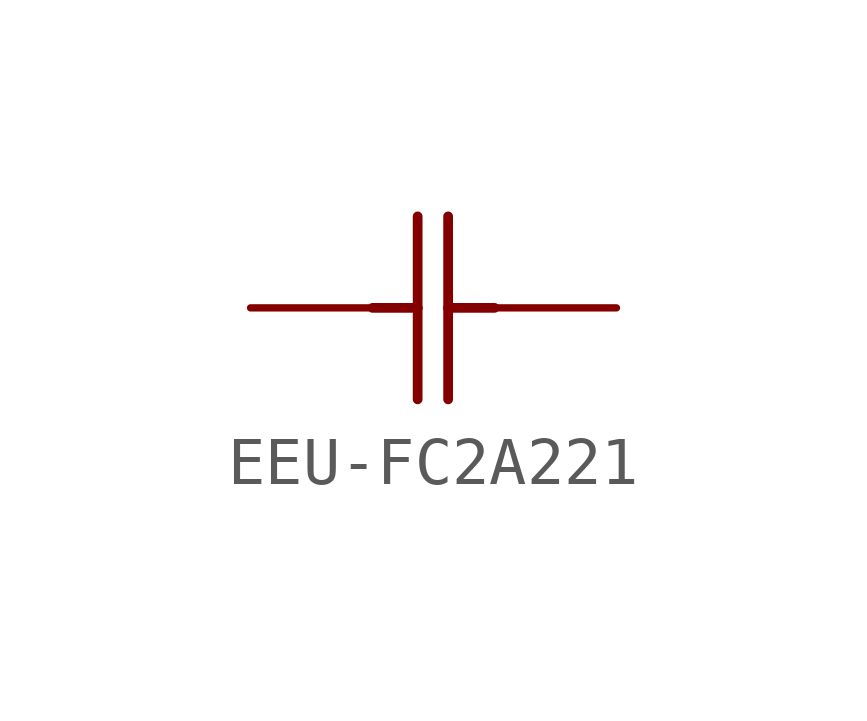
<source format=kicad_sym>
(kicad_symbol_lib
  (version 20220914)
  (generator kicad_symbol_editor)
  (symbol "EEU-FC2A221"
    (property "Reference" "C"
      (at -4.089 2.083 0)
      (effects (font (size 3.48 2.958)) (justify left bottom) hide))
    (property "ki_locked" ""
      (at 0 0 0)
      (effects (font (size 1.27 1.27))))
    (symbol "EEU-FC2A221_1_0"
      (polyline (pts (xy 2.54 0) (xy 3.48 0)) (stroke (width 0.203) (type solid)) (fill (type none)))
      (polyline (pts (xy 3.48 -1.905) (xy 3.48 0)) (stroke (width 0.203) (type solid)) (fill (type none)))
      (polyline (pts (xy 3.48 0) (xy 3.48 1.905)) (stroke (width 0.203) (type solid)) (fill (type none)))
      (polyline (pts (xy 4.115 -1.905) (xy 4.115 0)) (stroke (width 0.203) (type solid)) (fill (type none)))
      (polyline (pts (xy 4.115 0) (xy 4.115 1.905)) (stroke (width 0.203) (type solid)) (fill (type none)))
      (polyline (pts (xy 4.115 0) (xy 5.08 0)) (stroke (width 0.203) (type solid)) (fill (type none)))
      (pin passive line (at 0 0 0) (length 2.54) (name "11" (effects (font (size 0 0)))) (number "1" (effects (font (size 0 0)))))
      (pin passive line (at 7.62 0 180) (length 2.54) (name "22" (effects (font (size 0 0)))) (number "2" (effects (font (size 0 0))))))))
</source>
